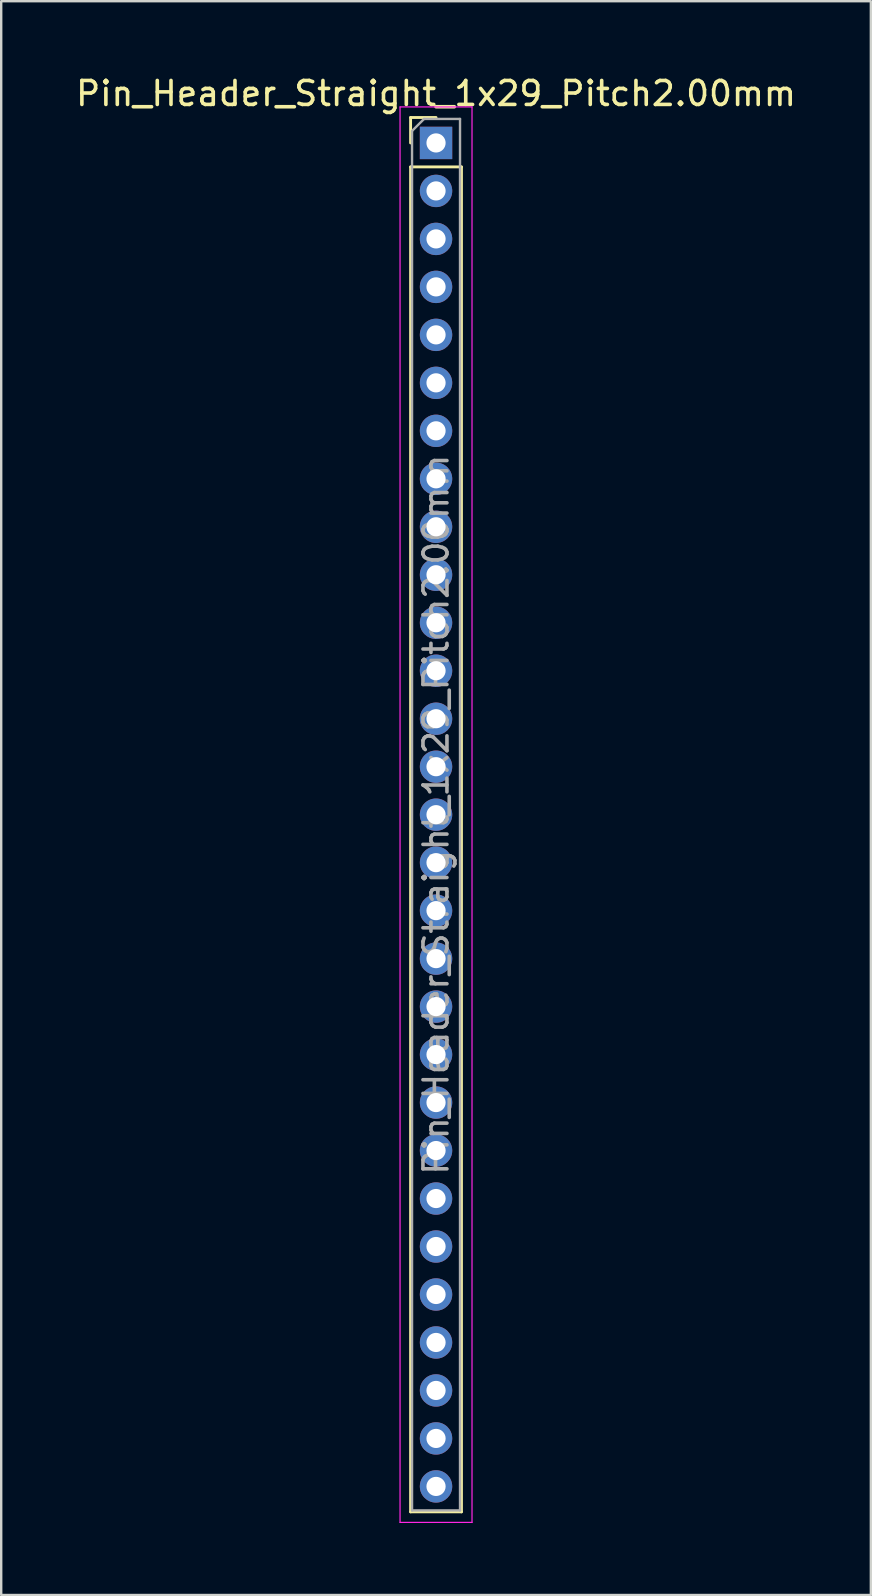
<source format=kicad_pcb>
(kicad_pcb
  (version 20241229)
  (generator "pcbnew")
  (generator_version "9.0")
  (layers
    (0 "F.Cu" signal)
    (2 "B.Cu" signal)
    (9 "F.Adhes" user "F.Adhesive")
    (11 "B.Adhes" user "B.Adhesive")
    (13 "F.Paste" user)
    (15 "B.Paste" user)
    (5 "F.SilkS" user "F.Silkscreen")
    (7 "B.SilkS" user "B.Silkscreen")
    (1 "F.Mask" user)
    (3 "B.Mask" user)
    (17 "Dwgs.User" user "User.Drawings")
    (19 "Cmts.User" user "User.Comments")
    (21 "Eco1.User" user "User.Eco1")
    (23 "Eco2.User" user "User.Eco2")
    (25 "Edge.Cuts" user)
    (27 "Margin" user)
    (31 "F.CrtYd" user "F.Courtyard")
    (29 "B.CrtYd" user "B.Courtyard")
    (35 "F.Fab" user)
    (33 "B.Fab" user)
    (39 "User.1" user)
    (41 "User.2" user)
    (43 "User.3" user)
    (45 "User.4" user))
  (footprint "Pin_Header_Straight_1x29_Pitch2.00mm"
    (layer "F.Cu")
    (at 15.125 2.908)
    (property "Reference" "Pin_Header_Straight_1x29_Pitch2.00mm" (at 0 -2.06 0) (layer "F.SilkS") (effects (font (size 1 1) (thickness 0.15))))
    (attr through_hole)
    (fp_line (start -1.06 -1.06) (end 0 -1.06) (stroke (width 0.12) (type solid)) (layer "F.SilkS"))
    (fp_line (start -1.06 0) (end -1.06 -1.06) (stroke (width 0.12) (type solid)) (layer "F.SilkS"))
    (fp_line (start -1.06 1) (end -1.06 57.06) (stroke (width 0.12) (type solid)) (layer "F.SilkS"))
    (fp_line (start -1.06 57.06) (end 1.06 57.06) (stroke (width 0.12) (type solid)) (layer "F.SilkS"))
    (fp_line (start 1.06 1) (end -1.06 1) (stroke (width 0.12) (type solid)) (layer "F.SilkS"))
    (fp_line (start 1.06 57.06) (end 1.06 1) (stroke (width 0.12) (type solid)) (layer "F.SilkS"))
    (fp_line (start -1.5 -1.5) (end -1.5 57.5) (stroke (width 0.05) (type solid)) (layer "F.CrtYd"))
    (fp_line (start -1.5 57.5) (end 1.5 57.5) (stroke (width 0.05) (type solid)) (layer "F.CrtYd"))
    (fp_line (start 1.5 -1.5) (end -1.5 -1.5) (stroke (width 0.05) (type solid)) (layer "F.CrtYd"))
    (fp_line (start 1.5 57.5) (end 1.5 -1.5) (stroke (width 0.05) (type solid)) (layer "F.CrtYd"))
    (fp_line (start -1 -0.5) (end -0.5 -1) (stroke (width 0.1) (type solid)) (layer "F.Fab"))
    (fp_line (start -1 57) (end -1 -0.5) (stroke (width 0.1) (type solid)) (layer "F.Fab"))
    (fp_line (start -0.5 -1) (end 1 -1) (stroke (width 0.1) (type solid)) (layer "F.Fab"))
    (fp_line (start 1 -1) (end 1 57) (stroke (width 0.1) (type solid)) (layer "F.Fab"))
    (fp_line (start 1 57) (end -1 57) (stroke (width 0.1) (type solid)) (layer "F.Fab"))
    (fp_text user "${REFERENCE}" (at 0 28 90) (layer "F.Fab") (effects (font (size 1 1) (thickness 0.15))))
    (pad "1" thru_hole rect (at 0 0) (size 1.35 1.35) (drill 0.8) (layers "*.Cu" "*.Mask"))
    (pad "2" thru_hole oval (at 0 2) (size 1.35 1.35) (drill 0.8) (layers "*.Cu" "*.Mask"))
    (pad "3" thru_hole oval (at 0 4) (size 1.35 1.35) (drill 0.8) (layers "*.Cu" "*.Mask"))
    (pad "4" thru_hole oval (at 0 6) (size 1.35 1.35) (drill 0.8) (layers "*.Cu" "*.Mask"))
    (pad "5" thru_hole oval (at 0 8) (size 1.35 1.35) (drill 0.8) (layers "*.Cu" "*.Mask"))
    (pad "6" thru_hole oval (at 0 10) (size 1.35 1.35) (drill 0.8) (layers "*.Cu" "*.Mask"))
    (pad "7" thru_hole oval (at 0 12) (size 1.35 1.35) (drill 0.8) (layers "*.Cu" "*.Mask"))
    (pad "8" thru_hole oval (at 0 14) (size 1.35 1.35) (drill 0.8) (layers "*.Cu" "*.Mask"))
    (pad "9" thru_hole oval (at 0 16) (size 1.35 1.35) (drill 0.8) (layers "*.Cu" "*.Mask"))
    (pad "10" thru_hole oval (at 0 18) (size 1.35 1.35) (drill 0.8) (layers "*.Cu" "*.Mask"))
    (pad "11" thru_hole oval (at 0 20) (size 1.35 1.35) (drill 0.8) (layers "*.Cu" "*.Mask"))
    (pad "12" thru_hole oval (at 0 22) (size 1.35 1.35) (drill 0.8) (layers "*.Cu" "*.Mask"))
    (pad "13" thru_hole oval (at 0 24) (size 1.35 1.35) (drill 0.8) (layers "*.Cu" "*.Mask"))
    (pad "14" thru_hole oval (at 0 26) (size 1.35 1.35) (drill 0.8) (layers "*.Cu" "*.Mask"))
    (pad "15" thru_hole oval (at 0 28) (size 1.35 1.35) (drill 0.8) (layers "*.Cu" "*.Mask"))
    (pad "16" thru_hole oval (at 0 30) (size 1.35 1.35) (drill 0.8) (layers "*.Cu" "*.Mask"))
    (pad "17" thru_hole oval (at 0 32) (size 1.35 1.35) (drill 0.8) (layers "*.Cu" "*.Mask"))
    (pad "18" thru_hole oval (at 0 34) (size 1.35 1.35) (drill 0.8) (layers "*.Cu" "*.Mask"))
    (pad "19" thru_hole oval (at 0 36) (size 1.35 1.35) (drill 0.8) (layers "*.Cu" "*.Mask"))
    (pad "20" thru_hole oval (at 0 38) (size 1.35 1.35) (drill 0.8) (layers "*.Cu" "*.Mask"))
    (pad "21" thru_hole oval (at 0 40) (size 1.35 1.35) (drill 0.8) (layers "*.Cu" "*.Mask"))
    (pad "22" thru_hole oval (at 0 42) (size 1.35 1.35) (drill 0.8) (layers "*.Cu" "*.Mask"))
    (pad "23" thru_hole oval (at 0 44) (size 1.35 1.35) (drill 0.8) (layers "*.Cu" "*.Mask"))
    (pad "24" thru_hole oval (at 0 46) (size 1.35 1.35) (drill 0.8) (layers "*.Cu" "*.Mask"))
    (pad "25" thru_hole oval (at 0 48) (size 1.35 1.35) (drill 0.8) (layers "*.Cu" "*.Mask"))
    (pad "26" thru_hole oval (at 0 50) (size 1.35 1.35) (drill 0.8) (layers "*.Cu" "*.Mask"))
    (pad "27" thru_hole oval (at 0 52) (size 1.35 1.35) (drill 0.8) (layers "*.Cu" "*.Mask"))
    (pad "28" thru_hole oval (at 0 54) (size 1.35 1.35) (drill 0.8) (layers "*.Cu" "*.Mask"))
    (pad "29" thru_hole oval (at 0 56) (size 1.35 1.35) (drill 0.8) (layers "*.Cu" "*.Mask")))
  (gr_rect
    (start -3 -3)
    (end 33.25 63.433)
    (stroke (width 0.1) (type default))
    (fill no)
    (layer "Edge.Cuts")))
</source>
